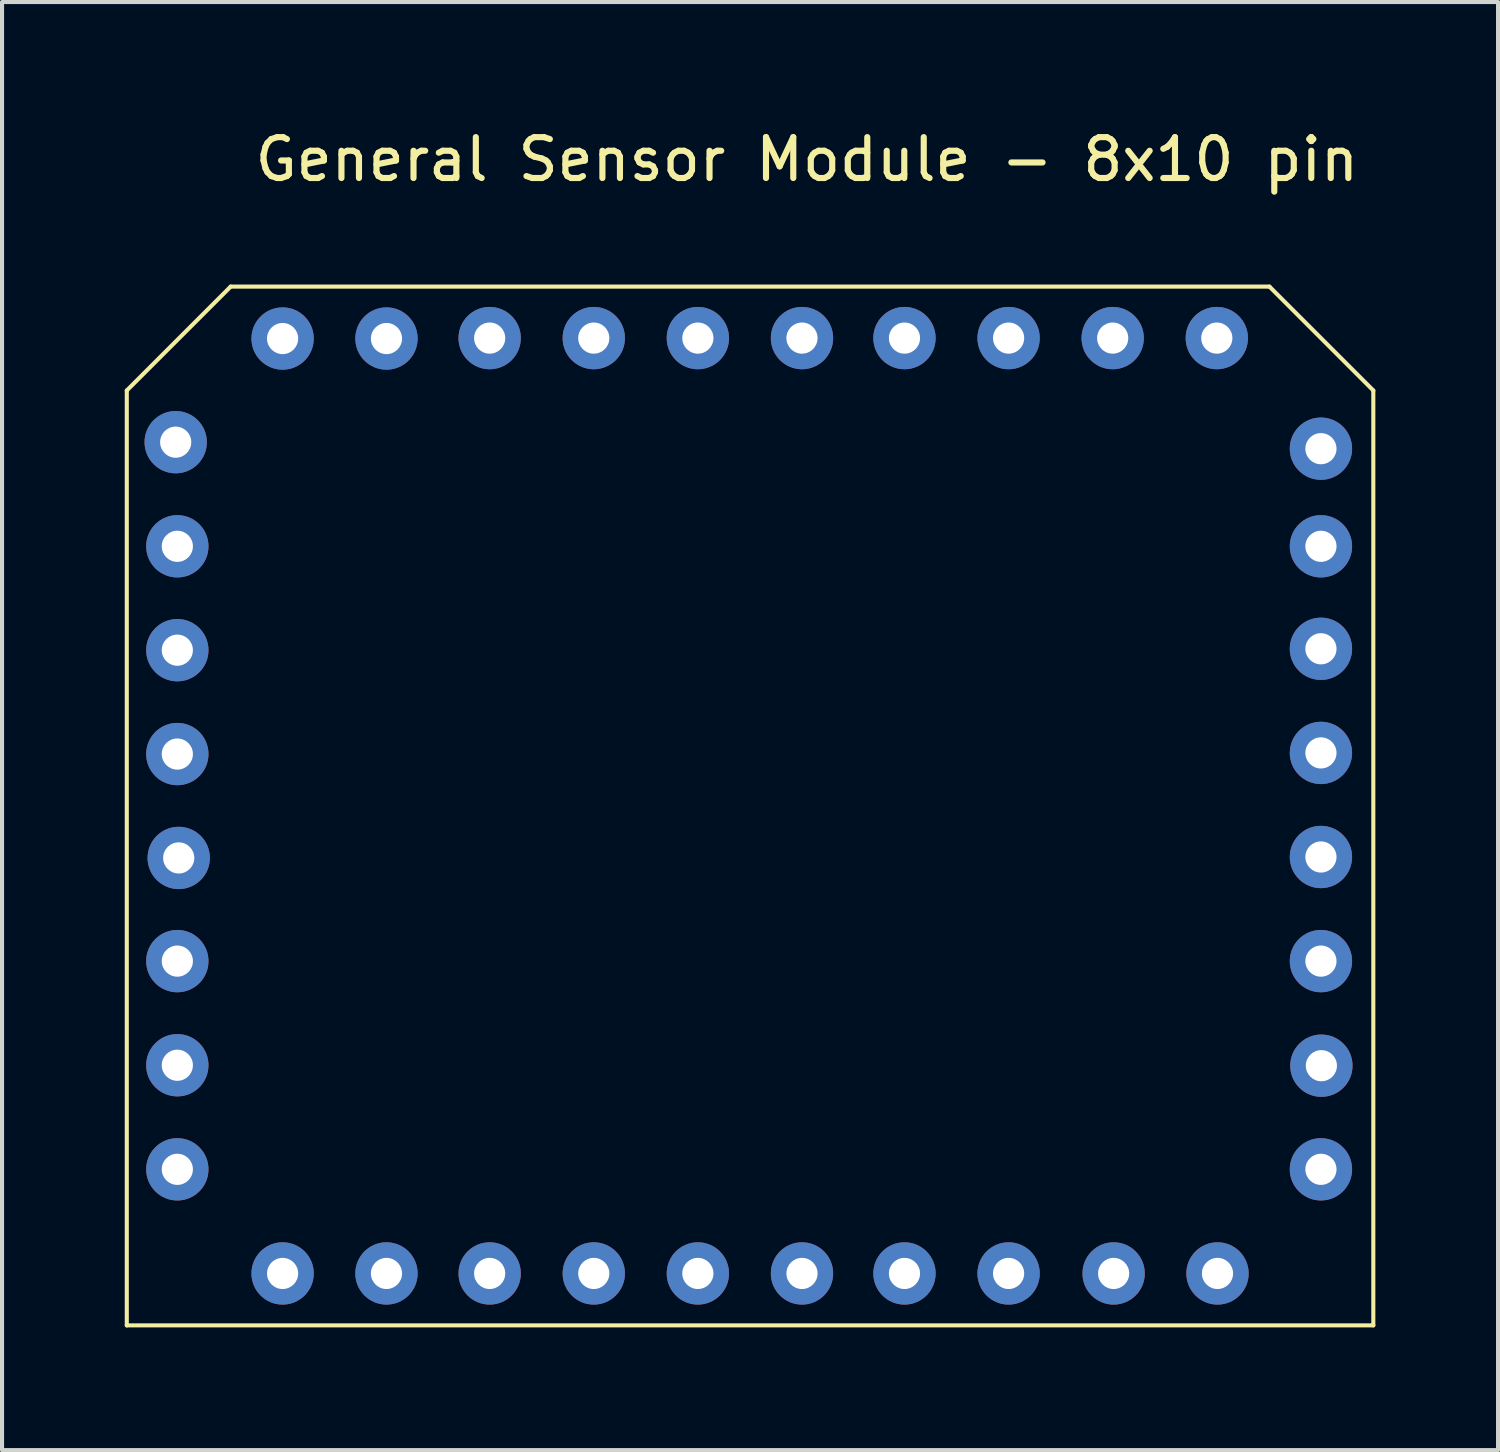
<source format=kicad_pcb>
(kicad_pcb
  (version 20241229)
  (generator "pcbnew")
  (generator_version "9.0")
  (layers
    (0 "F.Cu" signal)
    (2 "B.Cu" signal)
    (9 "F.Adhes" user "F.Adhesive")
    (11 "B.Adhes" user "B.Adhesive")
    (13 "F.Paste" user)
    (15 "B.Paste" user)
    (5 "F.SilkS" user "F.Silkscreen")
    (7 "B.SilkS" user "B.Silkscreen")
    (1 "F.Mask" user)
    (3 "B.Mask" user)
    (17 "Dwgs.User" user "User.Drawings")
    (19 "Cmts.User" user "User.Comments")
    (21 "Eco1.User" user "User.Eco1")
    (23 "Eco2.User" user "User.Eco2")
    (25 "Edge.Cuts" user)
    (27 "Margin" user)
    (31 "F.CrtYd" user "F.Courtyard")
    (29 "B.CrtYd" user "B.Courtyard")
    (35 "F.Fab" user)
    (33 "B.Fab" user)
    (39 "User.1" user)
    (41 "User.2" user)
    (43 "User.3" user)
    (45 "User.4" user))
  (footprint "General Sensor Module - 8x10 pin"
    (layer "F.Cu")
    (at 16.56 15.388)
    (property "Reference" "General Sensor Module - 8x10 pin" (at 0.12 -14.54 0) (unlocked yes) (layer "F.SilkS") (effects (font (size 1 1) (thickness 0.15))))
    (attr smd)
    (fp_line (start -16.51 13.97) (end -16.51 -8.89) (stroke (width 0.1) (type solid)) (layer "F.SilkS"))
    (fp_line (start -16.51 13.97) (end 13.97 13.97) (stroke (width 0.1) (type solid)) (layer "F.SilkS"))
    (fp_line (start -13.97 -11.43) (end -16.51 -8.89) (stroke (width 0.1) (type solid)) (layer "F.SilkS"))
    (fp_line (start -13.97 -11.43) (end 11.43 -11.43) (stroke (width 0.1) (type solid)) (layer "F.SilkS"))
    (fp_line (start 11.43 -11.43) (end 13.97 -8.89) (stroke (width 0.1) (type solid)) (layer "F.SilkS"))
    (fp_line (start 13.97 13.97) (end 13.97 -8.89) (stroke (width 0.1) (type solid)) (layer "F.SilkS"))
    (pad "1" thru_hole circle (at -12.7 12.7) (size 1.524 1.524) (drill 0.762) (layers "*.Cu" "*.Mask"))
    (pad "2" thru_hole circle (at -10.16 12.7) (size 1.524 1.524) (drill 0.762) (layers "*.Cu" "*.Mask"))
    (pad "3" thru_hole circle (at -7.637 12.7) (size 1.524 1.524) (drill 0.762) (layers "*.Cu" "*.Mask"))
    (pad "4" thru_hole circle (at -5.091 12.7) (size 1.524 1.524) (drill 0.762) (layers "*.Cu" "*.Mask"))
    (pad "5" thru_hole circle (at -2.546 12.7) (size 1.524 1.524) (drill 0.762) (layers "*.Cu" "*.Mask"))
    (pad "6" thru_hole circle (at 0 12.7) (size 1.524 1.524) (drill 0.762) (layers "*.Cu" "*.Mask"))
    (pad "7" thru_hole circle (at 2.506 12.7) (size 1.524 1.524) (drill 0.762) (layers "*.Cu" "*.Mask"))
    (pad "8" thru_hole circle (at 5.052 12.7) (size 1.524 1.524) (drill 0.762) (layers "*.Cu" "*.Mask"))
    (pad "9" thru_hole circle (at 7.62 12.7) (size 1.524 1.524) (drill 0.762) (layers "*.Cu" "*.Mask"))
    (pad "10" thru_hole circle (at 10.16 12.7) (size 1.524 1.524) (drill 0.762) (layers "*.Cu" "*.Mask"))
    (pad "11" thru_hole circle (at 12.689 10.154) (size 1.524 1.524) (drill 0.762) (layers "*.Cu" "*.Mask"))
    (pad "12" thru_hole circle (at 12.7 7.62) (size 1.524 1.524) (drill 0.762) (layers "*.Cu" "*.Mask"))
    (pad "13" thru_hole circle (at 12.689 5.063) (size 1.524 1.524) (drill 0.762) (layers "*.Cu" "*.Mask"))
    (pad "14" thru_hole circle (at 12.689 2.517) (size 1.524 1.524) (drill 0.762) (layers "*.Cu" "*.Mask"))
    (pad "15" thru_hole circle (at 12.689 -0.028) (size 1.524 1.524) (drill 0.762) (layers "*.Cu" "*.Mask"))
    (pad "16" thru_hole circle (at 12.689 -2.574) (size 1.524 1.524) (drill 0.762) (layers "*.Cu" "*.Mask"))
    (pad "17" thru_hole circle (at 12.689 -5.08) (size 1.524 1.524) (drill 0.762) (layers "*.Cu" "*.Mask"))
    (pad "18" thru_hole circle (at 12.689 -7.467) (size 1.524 1.524) (drill 0.762) (layers "*.Cu" "*.Mask"))
    (pad "19" thru_hole circle (at 10.143 -10.171) (size 1.524 1.524) (drill 0.762) (layers "*.Cu" "*.Mask"))
    (pad "20" thru_hole circle (at 7.597 -10.171) (size 1.524 1.524) (drill 0.762) (layers "*.Cu" "*.Mask"))
    (pad "21" thru_hole circle (at 5.052 -10.171) (size 1.524 1.524) (drill 0.762) (layers "*.Cu" "*.Mask"))
    (pad "22" thru_hole circle (at 2.506 -10.171) (size 1.524 1.524) (drill 0.762) (layers "*.Cu" "*.Mask"))
    (pad "23" thru_hole circle (at 0 -10.171) (size 1.524 1.524) (drill 0.762) (layers "*.Cu" "*.Mask"))
    (pad "24" thru_hole circle (at -2.546 -10.171) (size 1.524 1.524) (drill 0.762) (layers "*.Cu" "*.Mask"))
    (pad "25" thru_hole circle (at -5.091 -10.171) (size 1.524 1.524) (drill 0.762) (layers "*.Cu" "*.Mask"))
    (pad "26" thru_hole circle (at -7.637 -10.171) (size 1.524 1.524) (drill 0.762) (layers "*.Cu" "*.Mask"))
    (pad "27" thru_hole circle (at -10.16 -10.16) (size 1.524 1.524) (drill 0.762) (layers "*.Cu" "*.Mask"))
    (pad "28" thru_hole circle (at -12.7 -10.16) (size 1.524 1.524) (drill 0.762) (layers "*.Cu" "*.Mask"))
    (pad "29" thru_hole circle (at -15.314 -7.626) (size 1.524 1.524) (drill 0.762) (layers "*.Cu" "*.Mask"))
    (pad "30" thru_hole circle (at -15.274 -5.08) (size 1.524 1.524) (drill 0.762) (layers "*.Cu" "*.Mask"))
    (pad "31" thru_hole circle (at -15.274 -2.54) (size 1.524 1.524) (drill 0.762) (layers "*.Cu" "*.Mask"))
    (pad "32" thru_hole circle (at -15.274 0) (size 1.524 1.524) (drill 0.762) (layers "*.Cu" "*.Mask"))
    (pad "33" thru_hole circle (at -15.24 2.54) (size 1.524 1.524) (drill 0.762) (layers "*.Cu" "*.Mask"))
    (pad "34" thru_hole circle (at -15.274 5.063) (size 1.524 1.524) (drill 0.762) (layers "*.Cu" "*.Mask"))
    (pad "35" thru_hole circle (at -15.274 7.609) (size 1.524 1.524) (drill 0.762) (layers "*.Cu" "*.Mask"))
    (pad "36" thru_hole circle (at -15.274 10.154) (size 1.524 1.524) (drill 0.762) (layers "*.Cu" "*.Mask")))
  (gr_rect
    (start -3 -3)
    (end 33.58 32.408)
    (stroke (width 0.1) (type default))
    (fill no)
    (layer "Edge.Cuts")))
</source>
